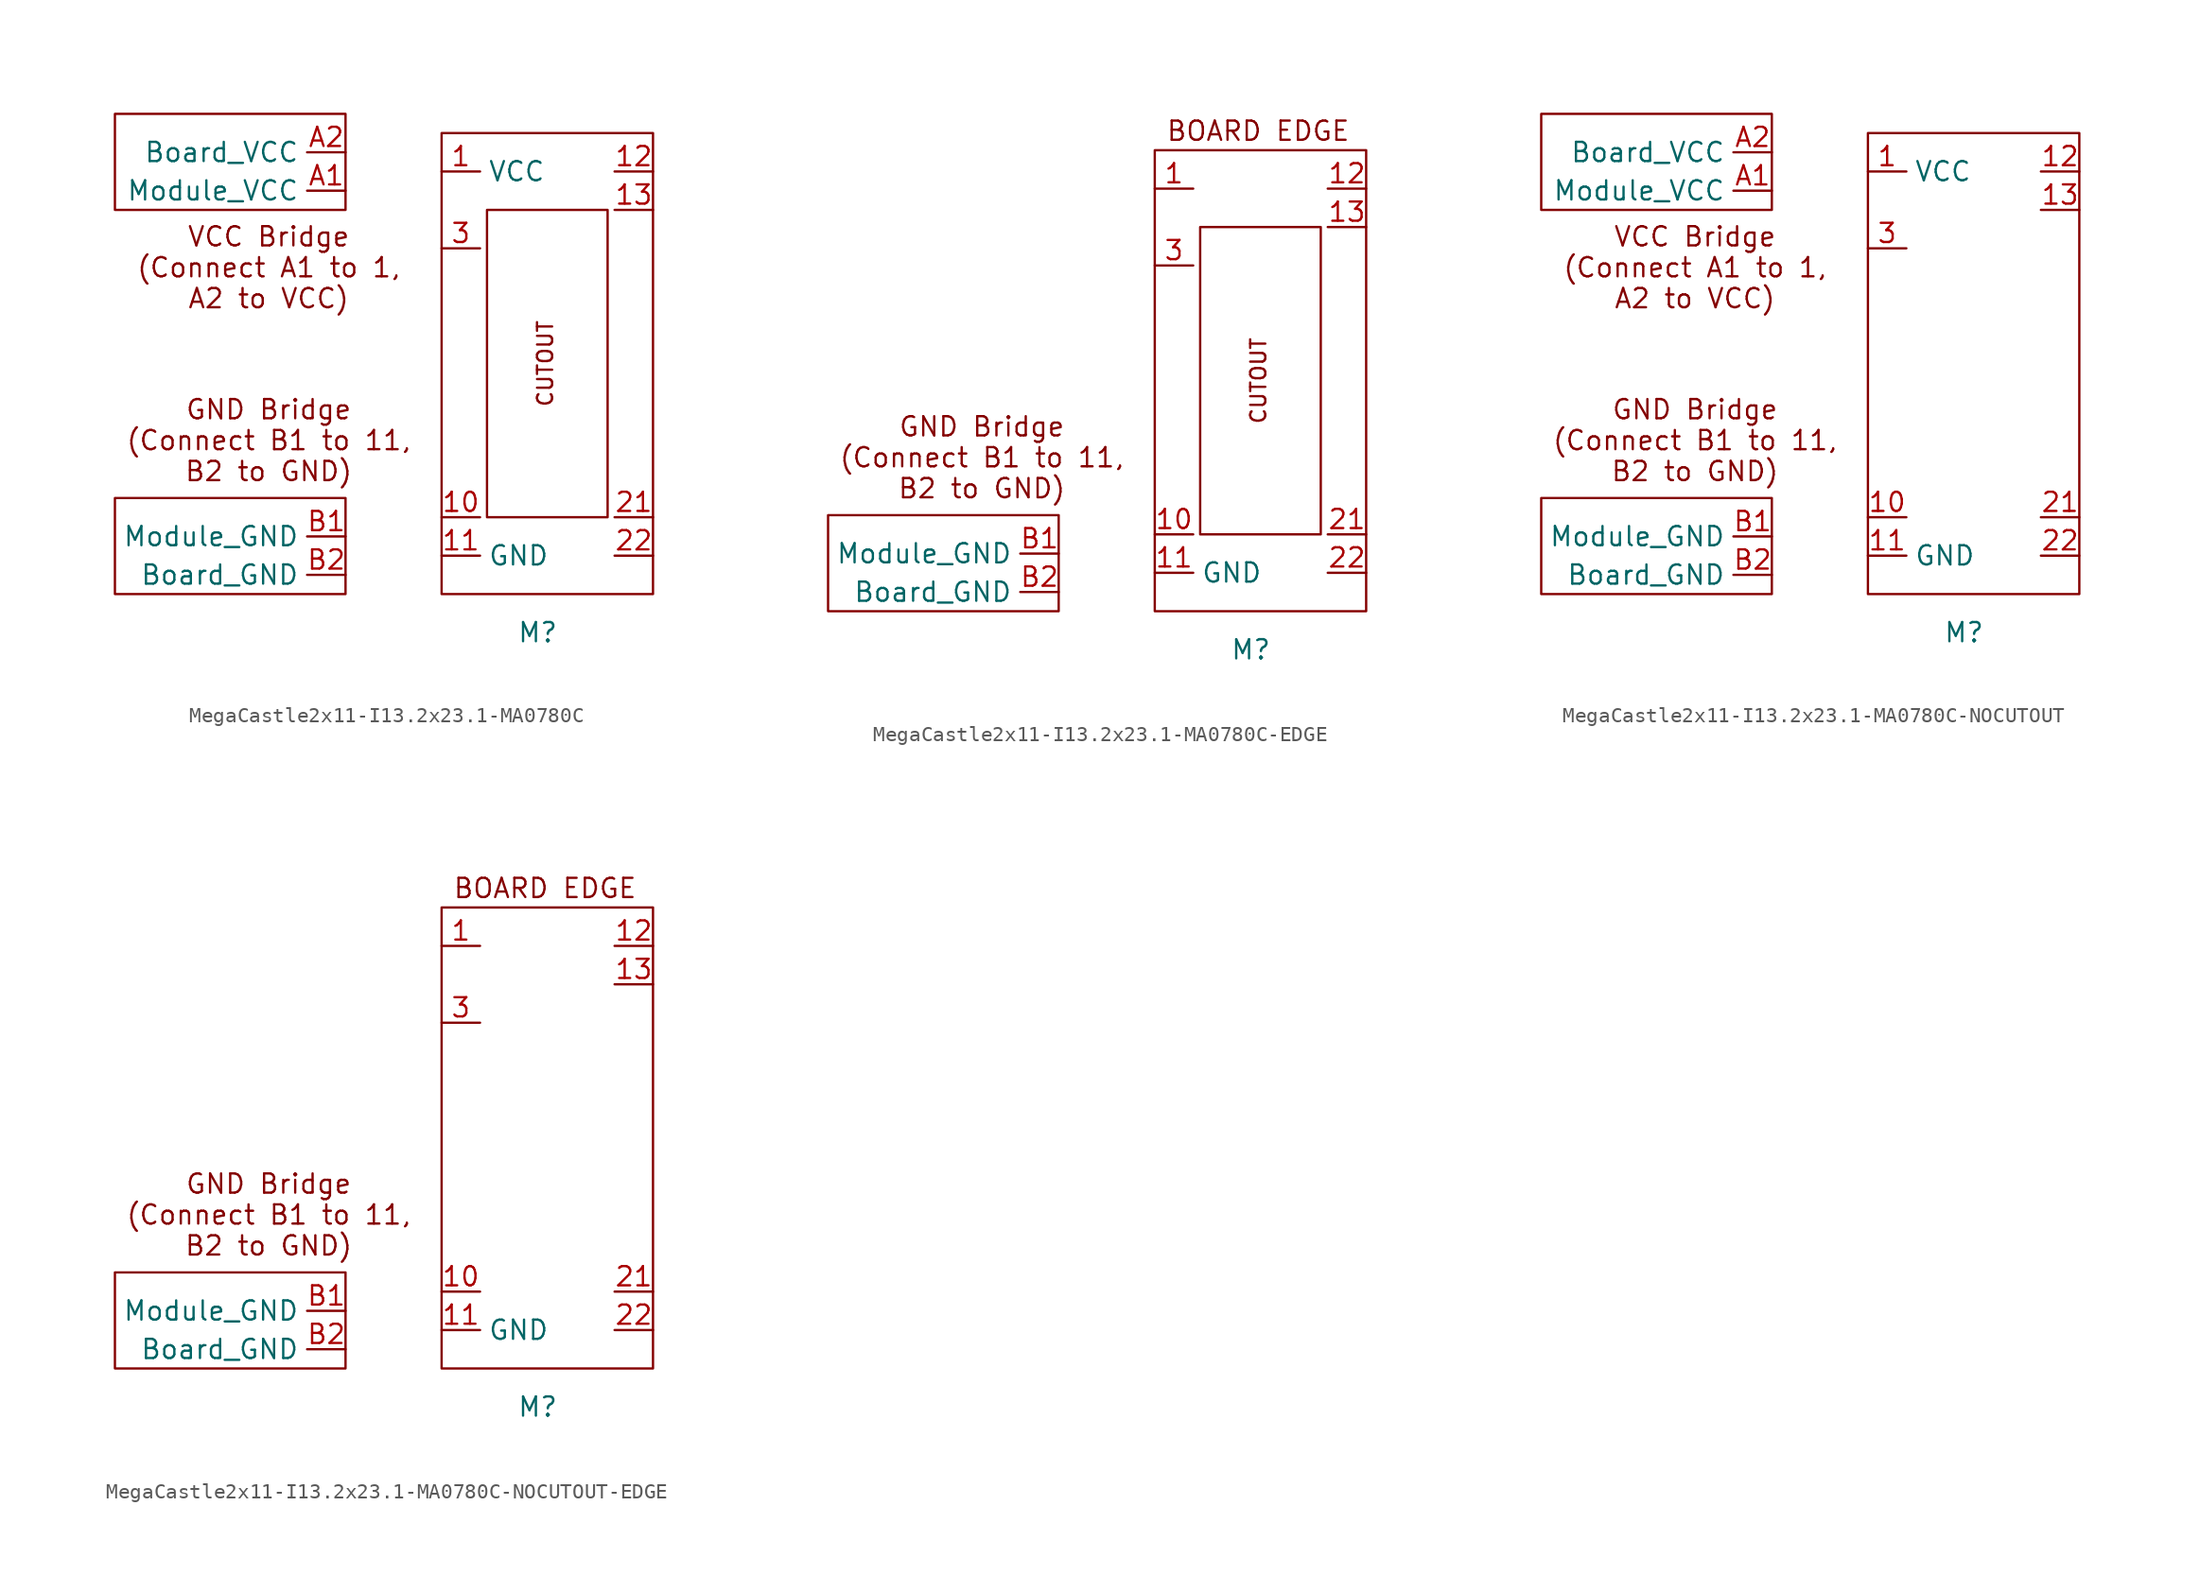
<source format=kicad_sym>
(kicad_symbol_lib
  (version 20241209)
  (generator "kicad_symbol_editor")
  (generator_version "9.0")
  (symbol "MegaCastle2x11-I13.2x23.1-MA0780C"
    (property "Reference" "M"
      (at 0 -17.78 0)
      (effects (font (size 1.27 1.27))))
    (property "Value" ""
      (at 0 5.08 0)
      (effects (font (size 1.27 1.27))))
    (symbol "MegaCastle2x11-I13.2x23.1-MA0780C_0_1"
      (rectangle (start -27.94 16.51) (end -12.7 10.16) (stroke (width 0) (type default)) (fill (type none)))
      (rectangle (start -27.94 -8.89) (end -12.7 -15.24) (stroke (width 0) (type default)) (fill (type none)))
      (rectangle (start -6.35 15.24) (end 7.62 -15.24) (stroke (width 0) (type default)) (fill (type none)))
      (rectangle (start -3.35 10.16) (end 4.62 -10.16) (stroke (width 0) (type default)) (fill (type none))))
    (symbol "MegaCastle2x11-I13.2x23.1-MA0780C_1_1"
      (text "VCC Bridge\n(Connect A1 to 1,\nA2 to VCC)" (at -17.78 6.35 0) (effects (font (size 1.27 1.27))))
      (text "GND Bridge\n(Connect B1 to 11,\nB2 to GND)" (at -17.78 -5.08 0) (effects (font (size 1.27 1.27))))
      (text "CUTOUT" (at 0.5 0 900) (effects (font (size 1 1))))
      (pin bidirectional line (at -12.7 13.97 180) (length 2.54) (name "Board_VCC" (effects (font (size 1.27 1.27)))) (number "A2" (effects (font (size 1.27 1.27)))))
      (pin bidirectional line (at -12.7 11.43 180) (length 2.54) (name "Module_VCC" (effects (font (size 1.27 1.27)))) (number "A1" (effects (font (size 1.27 1.27)))))
      (pin bidirectional line (at -12.7 -11.43 180) (length 2.54) (name "Module_GND" (effects (font (size 1.27 1.27)))) (number "B1" (effects (font (size 1.27 1.27)))))
      (pin bidirectional line (at -12.7 -13.97 180) (length 2.54) (name "Board_GND" (effects (font (size 1.27 1.27)))) (number "B2" (effects (font (size 1.27 1.27)))))
      (pin bidirectional line (at -6.35 12.7 0) (length 2.54) (name "VCC" (effects (font (size 1.27 1.27)))) (number "1" (effects (font (size 1.27 1.27)))))
      (pin bidirectional line (at -6.35 7.62 0) (length 2.54) (name "" (effects (font (size 1.27 1.27)))) (number "3" (effects (font (size 1.27 1.27)))))
      (pin bidirectional line (at -6.35 -10.16 0) (length 2.54) (name "" (effects (font (size 1.27 1.27)))) (number "10" (effects (font (size 1.27 1.27)))))
      (pin bidirectional line (at -6.35 -12.7 0) (length 2.54) (name "GND" (effects (font (size 1.27 1.27)))) (number "11" (effects (font (size 1.27 1.27)))))
      (pin bidirectional line (at 7.62 12.7 180) (length 2.54) (name "" (effects (font (size 1.27 1.27)))) (number "12" (effects (font (size 1.27 1.27)))))
      (pin bidirectional line (at 7.62 10.16 180) (length 2.54) (name "" (effects (font (size 1.27 1.27)))) (number "13" (effects (font (size 1.27 1.27)))))
      (pin bidirectional line (at 7.62 -10.16 180) (length 2.54) (name "" (effects (font (size 1.27 1.27)))) (number "21" (effects (font (size 1.27 1.27)))))
      (pin bidirectional line (at 7.62 -12.7 180) (length 2.54) (name "" (effects (font (size 1.27 1.27)))) (number "22" (effects (font (size 1.27 1.27)))))))
  (symbol "MegaCastle2x11-I13.2x23.1-MA0780C-EDGE"
    (property "Reference" "M"
      (at 0 -17.78 0)
      (effects (font (size 1.27 1.27))))
    (property "Value" ""
      (at 0 5.08 0)
      (effects (font (size 1.27 1.27))))
    (symbol "MegaCastle2x11-I13.2x23.1-MA0780C-EDGE_0_1"
      (rectangle (start -27.94 -8.89) (end -12.7 -15.24) (stroke (width 0) (type default)) (fill (type none)))
      (rectangle (start -6.35 15.24) (end 7.62 -15.24) (stroke (width 0) (type default)) (fill (type none)))
      (rectangle (start -3.35 10.16) (end 4.62 -10.16) (stroke (width 0) (type default)) (fill (type none))))
    (symbol "MegaCastle2x11-I13.2x23.1-MA0780C-EDGE_1_1"
      (text "GND Bridge\n(Connect B1 to 11,\nB2 to GND)" (at -17.78 -5.08 0) (effects (font (size 1.27 1.27))))
      (text " BOARD EDGE" (at 0 16.51 0) (effects (font (size 1.27 1.27))))
      (text "CUTOUT" (at 0.5 0 900) (effects (font (size 1 1))))
      (pin bidirectional line (at -12.7 -11.43 180) (length 2.54) (name "Module_GND" (effects (font (size 1.27 1.27)))) (number "B1" (effects (font (size 1.27 1.27)))))
      (pin bidirectional line (at -12.7 -13.97 180) (length 2.54) (name "Board_GND" (effects (font (size 1.27 1.27)))) (number "B2" (effects (font (size 1.27 1.27)))))
      (pin bidirectional line (at -6.35 12.7 0) (length 2.54) (name "" (effects (font (size 1.27 1.27)))) (number "1" (effects (font (size 1.27 1.27)))))
      (pin bidirectional line (at -6.35 7.62 0) (length 2.54) (name "" (effects (font (size 1.27 1.27)))) (number "3" (effects (font (size 1.27 1.27)))))
      (pin bidirectional line (at -6.35 -10.16 0) (length 2.54) (name "" (effects (font (size 1.27 1.27)))) (number "10" (effects (font (size 1.27 1.27)))))
      (pin bidirectional line (at -6.35 -12.7 0) (length 2.54) (name "GND" (effects (font (size 1.27 1.27)))) (number "11" (effects (font (size 1.27 1.27)))))
      (pin bidirectional line (at 7.62 12.7 180) (length 2.54) (name "" (effects (font (size 1.27 1.27)))) (number "12" (effects (font (size 1.27 1.27)))))
      (pin bidirectional line (at 7.62 10.16 180) (length 2.54) (name "" (effects (font (size 1.27 1.27)))) (number "13" (effects (font (size 1.27 1.27)))))
      (pin bidirectional line (at 7.62 -10.16 180) (length 2.54) (name "" (effects (font (size 1.27 1.27)))) (number "21" (effects (font (size 1.27 1.27)))))
      (pin bidirectional line (at 7.62 -12.7 180) (length 2.54) (name "" (effects (font (size 1.27 1.27)))) (number "22" (effects (font (size 1.27 1.27)))))))
  (symbol "MegaCastle2x11-I13.2x23.1-MA0780C-NOCUTOUT"
    (property "Reference" "M"
      (at 0 -17.78 0)
      (effects (font (size 1.27 1.27))))
    (property "Value" ""
      (at 0 5.08 0)
      (effects (font (size 1.27 1.27))))
    (symbol "MegaCastle2x11-I13.2x23.1-MA0780C-NOCUTOUT_0_1"
      (rectangle (start -27.94 16.51) (end -12.7 10.16) (stroke (width 0) (type default)) (fill (type none)))
      (rectangle (start -27.94 -8.89) (end -12.7 -15.24) (stroke (width 0) (type default)) (fill (type none)))
      (rectangle (start -6.35 15.24) (end 7.62 -15.24) (stroke (width 0) (type default)) (fill (type none))))
    (symbol "MegaCastle2x11-I13.2x23.1-MA0780C-NOCUTOUT_1_1"
      (text "VCC Bridge\n(Connect A1 to 1,\nA2 to VCC)" (at -17.78 6.35 0) (effects (font (size 1.27 1.27))))
      (text "GND Bridge\n(Connect B1 to 11,\nB2 to GND)" (at -17.78 -5.08 0) (effects (font (size 1.27 1.27))))
      (pin bidirectional line (at -12.7 13.97 180) (length 2.54) (name "Board_VCC" (effects (font (size 1.27 1.27)))) (number "A2" (effects (font (size 1.27 1.27)))))
      (pin bidirectional line (at -12.7 11.43 180) (length 2.54) (name "Module_VCC" (effects (font (size 1.27 1.27)))) (number "A1" (effects (font (size 1.27 1.27)))))
      (pin bidirectional line (at -12.7 -11.43 180) (length 2.54) (name "Module_GND" (effects (font (size 1.27 1.27)))) (number "B1" (effects (font (size 1.27 1.27)))))
      (pin bidirectional line (at -12.7 -13.97 180) (length 2.54) (name "Board_GND" (effects (font (size 1.27 1.27)))) (number "B2" (effects (font (size 1.27 1.27)))))
      (pin bidirectional line (at -6.35 12.7 0) (length 2.54) (name "VCC" (effects (font (size 1.27 1.27)))) (number "1" (effects (font (size 1.27 1.27)))))
      (pin bidirectional line (at -6.35 7.62 0) (length 2.54) (name "" (effects (font (size 1.27 1.27)))) (number "3" (effects (font (size 1.27 1.27)))))
      (pin bidirectional line (at -6.35 -10.16 0) (length 2.54) (name "" (effects (font (size 1.27 1.27)))) (number "10" (effects (font (size 1.27 1.27)))))
      (pin bidirectional line (at -6.35 -12.7 0) (length 2.54) (name "GND" (effects (font (size 1.27 1.27)))) (number "11" (effects (font (size 1.27 1.27)))))
      (pin bidirectional line (at 7.62 12.7 180) (length 2.54) (name "" (effects (font (size 1.27 1.27)))) (number "12" (effects (font (size 1.27 1.27)))))
      (pin bidirectional line (at 7.62 10.16 180) (length 2.54) (name "" (effects (font (size 1.27 1.27)))) (number "13" (effects (font (size 1.27 1.27)))))
      (pin bidirectional line (at 7.62 -10.16 180) (length 2.54) (name "" (effects (font (size 1.27 1.27)))) (number "21" (effects (font (size 1.27 1.27)))))
      (pin bidirectional line (at 7.62 -12.7 180) (length 2.54) (name "" (effects (font (size 1.27 1.27)))) (number "22" (effects (font (size 1.27 1.27)))))))
  (symbol "MegaCastle2x11-I13.2x23.1-MA0780C-NOCUTOUT-EDGE"
    (property "Reference" "M"
      (at 0 -17.78 0)
      (effects (font (size 1.27 1.27))))
    (property "Value" ""
      (at 0 5.08 0)
      (effects (font (size 1.27 1.27))))
    (symbol "MegaCastle2x11-I13.2x23.1-MA0780C-NOCUTOUT-EDGE_0_1"
      (rectangle (start -27.94 -8.89) (end -12.7 -15.24) (stroke (width 0) (type default)) (fill (type none)))
      (rectangle (start -6.35 15.24) (end 7.62 -15.24) (stroke (width 0) (type default)) (fill (type none))))
    (symbol "MegaCastle2x11-I13.2x23.1-MA0780C-NOCUTOUT-EDGE_1_1"
      (text "GND Bridge\n(Connect B1 to 11,\nB2 to GND)" (at -17.78 -5.08 0) (effects (font (size 1.27 1.27))))
      (text " BOARD EDGE" (at 0 16.51 0) (effects (font (size 1.27 1.27))))
      (pin bidirectional line (at -12.7 -11.43 180) (length 2.54) (name "Module_GND" (effects (font (size 1.27 1.27)))) (number "B1" (effects (font (size 1.27 1.27)))))
      (pin bidirectional line (at -12.7 -13.97 180) (length 2.54) (name "Board_GND" (effects (font (size 1.27 1.27)))) (number "B2" (effects (font (size 1.27 1.27)))))
      (pin bidirectional line (at -6.35 12.7 0) (length 2.54) (name "" (effects (font (size 1.27 1.27)))) (number "1" (effects (font (size 1.27 1.27)))))
      (pin bidirectional line (at -6.35 7.62 0) (length 2.54) (name "" (effects (font (size 1.27 1.27)))) (number "3" (effects (font (size 1.27 1.27)))))
      (pin bidirectional line (at -6.35 -10.16 0) (length 2.54) (name "" (effects (font (size 1.27 1.27)))) (number "10" (effects (font (size 1.27 1.27)))))
      (pin bidirectional line (at -6.35 -12.7 0) (length 2.54) (name "GND" (effects (font (size 1.27 1.27)))) (number "11" (effects (font (size 1.27 1.27)))))
      (pin bidirectional line (at 7.62 12.7 180) (length 2.54) (name "" (effects (font (size 1.27 1.27)))) (number "12" (effects (font (size 1.27 1.27)))))
      (pin bidirectional line (at 7.62 10.16 180) (length 2.54) (name "" (effects (font (size 1.27 1.27)))) (number "13" (effects (font (size 1.27 1.27)))))
      (pin bidirectional line (at 7.62 -10.16 180) (length 2.54) (name "" (effects (font (size 1.27 1.27)))) (number "21" (effects (font (size 1.27 1.27)))))
      (pin bidirectional line (at 7.62 -12.7 180) (length 2.54) (name "" (effects (font (size 1.27 1.27)))) (number "22" (effects (font (size 1.27 1.27))))))))
</source>
